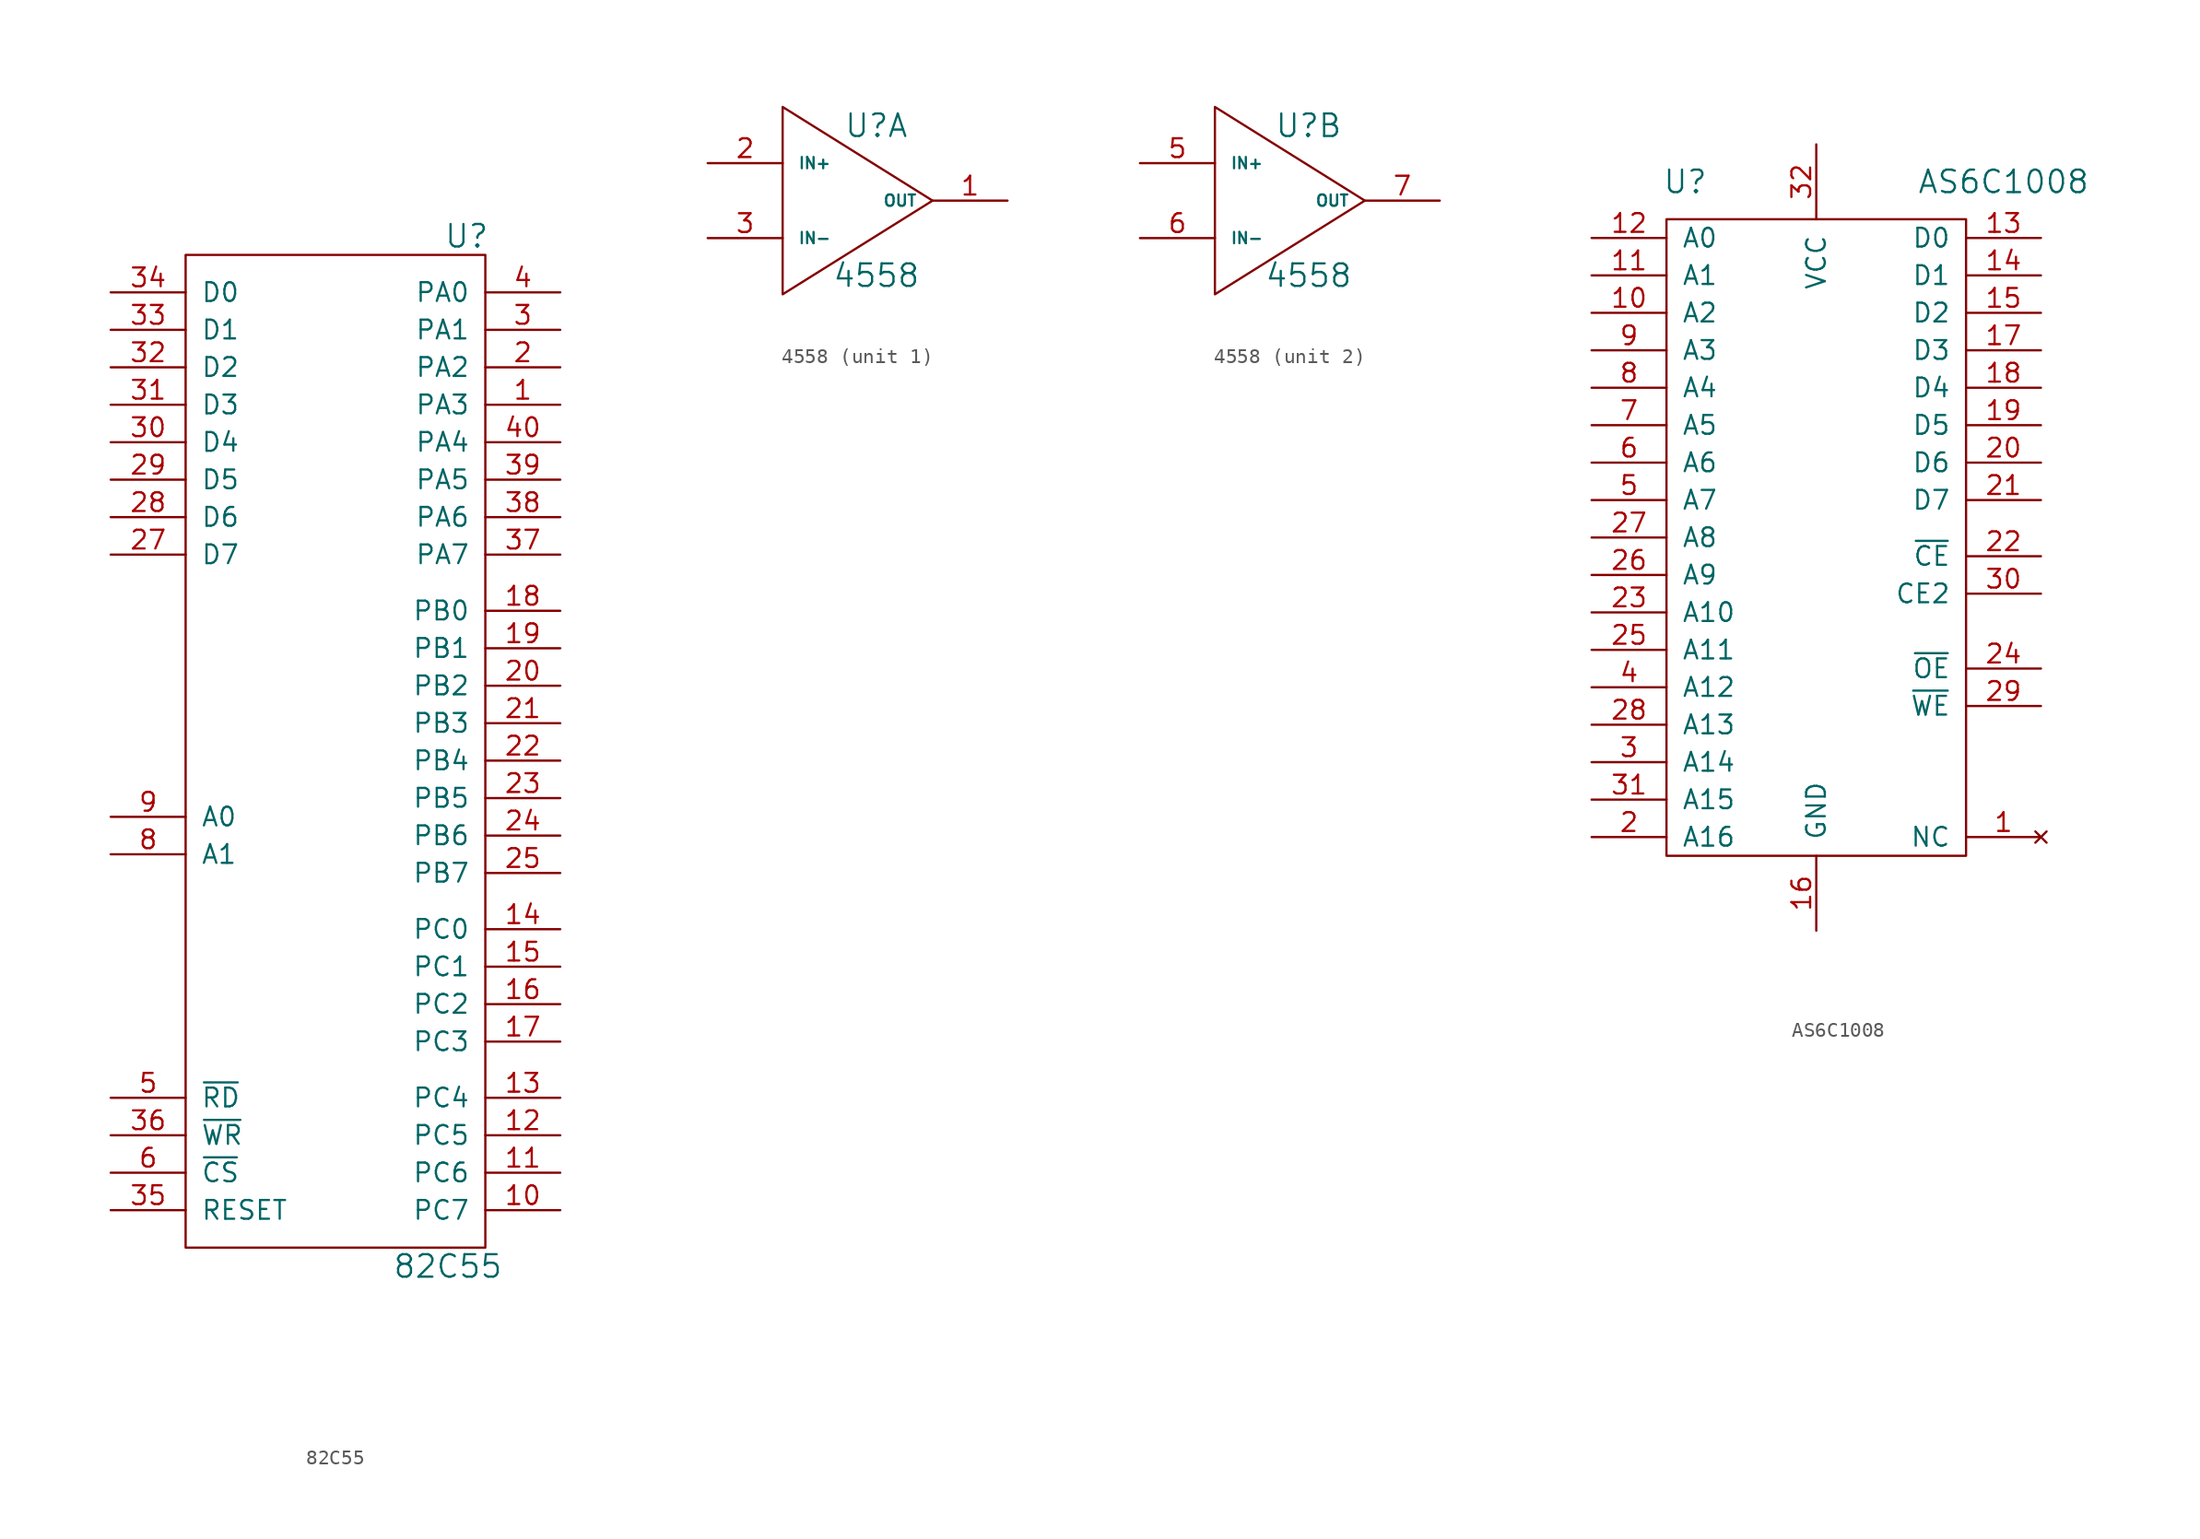
<source format=kicad_sym>
(kicad_symbol_lib
  (version 20211014)
  (generator kicad_symbol_editor)
  (symbol "82C55"
    (pin_names
      (offset 1.016))
    (property "Reference" "U"
      (at 8.89 36.83 0)
      (effects (font (size 1.524 1.524))))
    (property "Value" "82C55"
      (at 7.62 -33.02 0)
      (effects (font (size 1.524 1.524))))
    (symbol "82C55_0_1"
      (rectangle (start -10.16 35.56) (end 10.16 -31.75) (stroke (width 0) (type default) (color 0 0 0 0)) (fill (type none))))
    (symbol "82C55_1_1"
      (pin bidirectional line (at 15.24 25.4 180) (length 5.08) (name "PA3" (effects (font (size 1.27 1.27)))) (number "1" (effects (font (size 1.27 1.27)))))
      (pin bidirectional line (at 15.24 -29.21 180) (length 5.08) (name "PC7" (effects (font (size 1.27 1.27)))) (number "10" (effects (font (size 1.27 1.27)))))
      (pin bidirectional line (at 15.24 -26.67 180) (length 5.08) (name "PC6" (effects (font (size 1.27 1.27)))) (number "11" (effects (font (size 1.27 1.27)))))
      (pin bidirectional line (at 15.24 -24.13 180) (length 5.08) (name "PC5" (effects (font (size 1.27 1.27)))) (number "12" (effects (font (size 1.27 1.27)))))
      (pin bidirectional line (at 15.24 -21.59 180) (length 5.08) (name "PC4" (effects (font (size 1.27 1.27)))) (number "13" (effects (font (size 1.27 1.27)))))
      (pin bidirectional line (at 15.24 -10.16 180) (length 5.08) (name "PC0" (effects (font (size 1.27 1.27)))) (number "14" (effects (font (size 1.27 1.27)))))
      (pin bidirectional line (at 15.24 -12.7 180) (length 5.08) (name "PC1" (effects (font (size 1.27 1.27)))) (number "15" (effects (font (size 1.27 1.27)))))
      (pin bidirectional line (at 15.24 -15.24 180) (length 5.08) (name "PC2" (effects (font (size 1.27 1.27)))) (number "16" (effects (font (size 1.27 1.27)))))
      (pin bidirectional line (at 15.24 -17.78 180) (length 5.08) (name "PC3" (effects (font (size 1.27 1.27)))) (number "17" (effects (font (size 1.27 1.27)))))
      (pin bidirectional line (at 15.24 11.43 180) (length 5.08) (name "PB0" (effects (font (size 1.27 1.27)))) (number "18" (effects (font (size 1.27 1.27)))))
      (pin bidirectional line (at 15.24 8.89 180) (length 5.08) (name "PB1" (effects (font (size 1.27 1.27)))) (number "19" (effects (font (size 1.27 1.27)))))
      (pin bidirectional line (at 15.24 27.94 180) (length 5.08) (name "PA2" (effects (font (size 1.27 1.27)))) (number "2" (effects (font (size 1.27 1.27)))))
      (pin bidirectional line (at 15.24 6.35 180) (length 5.08) (name "PB2" (effects (font (size 1.27 1.27)))) (number "20" (effects (font (size 1.27 1.27)))))
      (pin bidirectional line (at 15.24 3.81 180) (length 5.08) (name "PB3" (effects (font (size 1.27 1.27)))) (number "21" (effects (font (size 1.27 1.27)))))
      (pin bidirectional line (at 15.24 1.27 180) (length 5.08) (name "PB4" (effects (font (size 1.27 1.27)))) (number "22" (effects (font (size 1.27 1.27)))))
      (pin bidirectional line (at 15.24 -1.27 180) (length 5.08) (name "PB5" (effects (font (size 1.27 1.27)))) (number "23" (effects (font (size 1.27 1.27)))))
      (pin bidirectional line (at 15.24 -3.81 180) (length 5.08) (name "PB6" (effects (font (size 1.27 1.27)))) (number "24" (effects (font (size 1.27 1.27)))))
      (pin bidirectional line (at 15.24 -6.35 180) (length 5.08) (name "PB7" (effects (font (size 1.27 1.27)))) (number "25" (effects (font (size 1.27 1.27)))))
      (pin power_in line (at 0 40.64 270) (length 5.08) hide (name "VCC" (effects (font (size 1.27 1.27)))) (number "26" (effects (font (size 1.27 1.27)))))
      (pin input line (at -15.24 15.24 0) (length 5.08) (name "D7" (effects (font (size 1.27 1.27)))) (number "27" (effects (font (size 1.27 1.27)))))
      (pin input line (at -15.24 17.78 0) (length 5.08) (name "D6" (effects (font (size 1.27 1.27)))) (number "28" (effects (font (size 1.27 1.27)))))
      (pin input line (at -15.24 20.32 0) (length 5.08) (name "D5" (effects (font (size 1.27 1.27)))) (number "29" (effects (font (size 1.27 1.27)))))
      (pin bidirectional line (at 15.24 30.48 180) (length 5.08) (name "PA1" (effects (font (size 1.27 1.27)))) (number "3" (effects (font (size 1.27 1.27)))))
      (pin input line (at -15.24 22.86 0) (length 5.08) (name "D4" (effects (font (size 1.27 1.27)))) (number "30" (effects (font (size 1.27 1.27)))))
      (pin input line (at -15.24 25.4 0) (length 5.08) (name "D3" (effects (font (size 1.27 1.27)))) (number "31" (effects (font (size 1.27 1.27)))))
      (pin input line (at -15.24 27.94 0) (length 5.08) (name "D2" (effects (font (size 1.27 1.27)))) (number "32" (effects (font (size 1.27 1.27)))))
      (pin input line (at -15.24 30.48 0) (length 5.08) (name "D1" (effects (font (size 1.27 1.27)))) (number "33" (effects (font (size 1.27 1.27)))))
      (pin input line (at -15.24 33.02 0) (length 5.08) (name "D0" (effects (font (size 1.27 1.27)))) (number "34" (effects (font (size 1.27 1.27)))))
      (pin input line (at -15.24 -29.21 0) (length 5.08) (name "RESET" (effects (font (size 1.27 1.27)))) (number "35" (effects (font (size 1.27 1.27)))))
      (pin input line (at -15.24 -24.13 0) (length 5.08) (name "~{WR}" (effects (font (size 1.27 1.27)))) (number "36" (effects (font (size 1.27 1.27)))))
      (pin bidirectional line (at 15.24 15.24 180) (length 5.08) (name "PA7" (effects (font (size 1.27 1.27)))) (number "37" (effects (font (size 1.27 1.27)))))
      (pin bidirectional line (at 15.24 17.78 180) (length 5.08) (name "PA6" (effects (font (size 1.27 1.27)))) (number "38" (effects (font (size 1.27 1.27)))))
      (pin bidirectional line (at 15.24 20.32 180) (length 5.08) (name "PA5" (effects (font (size 1.27 1.27)))) (number "39" (effects (font (size 1.27 1.27)))))
      (pin bidirectional line (at 15.24 33.02 180) (length 5.08) (name "PA0" (effects (font (size 1.27 1.27)))) (number "4" (effects (font (size 1.27 1.27)))))
      (pin bidirectional line (at 15.24 22.86 180) (length 5.08) (name "PA4" (effects (font (size 1.27 1.27)))) (number "40" (effects (font (size 1.27 1.27)))))
      (pin input line (at -15.24 -21.59 0) (length 5.08) (name "~{RD}" (effects (font (size 1.27 1.27)))) (number "5" (effects (font (size 1.27 1.27)))))
      (pin input line (at -15.24 -26.67 0) (length 5.08) (name "~{CS}" (effects (font (size 1.27 1.27)))) (number "6" (effects (font (size 1.27 1.27)))))
      (pin power_in line (at 0 -36.83 90) (length 5.08) hide (name "GND" (effects (font (size 1.27 1.27)))) (number "7" (effects (font (size 1.27 1.27)))))
      (pin input line (at -15.24 -5.08 0) (length 5.08) (name "A1" (effects (font (size 1.27 1.27)))) (number "8" (effects (font (size 1.27 1.27)))))
      (pin input line (at -15.24 -2.54 0) (length 5.08) (name "A0" (effects (font (size 1.27 1.27)))) (number "9" (effects (font (size 1.27 1.27)))))))
  (symbol "4558"
    (pin_names
      (offset 1.016))
    (property "Reference" "U"
      (at 2.54 5.08 0)
      (effects (font (size 1.524 1.524))))
    (property "Value" "4558"
      (at 2.54 -5.08 0)
      (effects (font (size 1.524 1.524))))
    (symbol "4558_0_1"
      (polyline (pts (xy -3.81 6.35) (xy -3.81 -6.35) (xy 6.35 0) (xy -3.81 6.35)) (stroke (width 0) (type default) (color 0 0 0 0)) (fill (type none)))
      (pin power_in line (at -1.27 -7.62 90) (length 2.54) hide (name "GND" (effects (font (size 0.762 0.762)))) (number "4" (effects (font (size 1.27 1.27)))))
      (pin power_in line (at -1.27 7.62 270) (length 2.54) hide (name "VCC" (effects (font (size 0.762 0.762)))) (number "8" (effects (font (size 1.27 1.27))))))
    (symbol "4558_1_1"
      (pin output line (at 11.43 0 180) (length 5.08) (name "OUT" (effects (font (size 0.762 0.762)))) (number "1" (effects (font (size 1.27 1.27)))))
      (pin input line (at -8.89 2.54 0) (length 5.08) (name "IN+" (effects (font (size 0.762 0.762)))) (number "2" (effects (font (size 1.27 1.27)))))
      (pin input line (at -8.89 -2.54 0) (length 5.08) (name "IN-" (effects (font (size 0.762 0.762)))) (number "3" (effects (font (size 1.27 1.27))))))
    (symbol "4558_2_1"
      (pin input line (at -8.89 2.54 0) (length 5.08) (name "IN+" (effects (font (size 0.762 0.762)))) (number "5" (effects (font (size 1.27 1.27)))))
      (pin input line (at -8.89 -2.54 0) (length 5.08) (name "IN-" (effects (font (size 0.762 0.762)))) (number "6" (effects (font (size 1.27 1.27)))))
      (pin output line (at 11.43 0 180) (length 5.08) (name "OUT" (effects (font (size 0.762 0.762)))) (number "7" (effects (font (size 1.27 1.27)))))))
  (symbol "AS6C1008"
    (pin_names
      (offset 1.016))
    (property "Reference" "U"
      (at -8.89 22.86 0)
      (effects (font (size 1.524 1.524))))
    (property "Value" "AS6C1008"
      (at 12.7 22.86 0)
      (effects (font (size 1.524 1.524))))
    (symbol "AS6C1008_0_1"
      (rectangle (start -10.16 20.32) (end 10.16 -22.86) (stroke (width 0) (type default) (color 0 0 0 0)) (fill (type none))))
    (symbol "AS6C1008_1_1"
      (pin no_connect line (at 15.24 -21.59 180) (length 5.08) (name "NC" (effects (font (size 1.27 1.27)))) (number "1" (effects (font (size 1.27 1.27)))))
      (pin input line (at -15.24 13.97 0) (length 5.08) (name "A2" (effects (font (size 1.27 1.27)))) (number "10" (effects (font (size 1.27 1.27)))))
      (pin input line (at -15.24 16.51 0) (length 5.08) (name "A1" (effects (font (size 1.27 1.27)))) (number "11" (effects (font (size 1.27 1.27)))))
      (pin input line (at -15.24 19.05 0) (length 5.08) (name "A0" (effects (font (size 1.27 1.27)))) (number "12" (effects (font (size 1.27 1.27)))))
      (pin bidirectional line (at 15.24 19.05 180) (length 5.08) (name "D0" (effects (font (size 1.27 1.27)))) (number "13" (effects (font (size 1.27 1.27)))))
      (pin bidirectional line (at 15.24 16.51 180) (length 5.08) (name "D1" (effects (font (size 1.27 1.27)))) (number "14" (effects (font (size 1.27 1.27)))))
      (pin bidirectional line (at 15.24 13.97 180) (length 5.08) (name "D2" (effects (font (size 1.27 1.27)))) (number "15" (effects (font (size 1.27 1.27)))))
      (pin power_in line (at 0 -27.94 90) (length 5.08) (name "GND" (effects (font (size 1.27 1.27)))) (number "16" (effects (font (size 1.27 1.27)))))
      (pin bidirectional line (at 15.24 11.43 180) (length 5.08) (name "D3" (effects (font (size 1.27 1.27)))) (number "17" (effects (font (size 1.27 1.27)))))
      (pin bidirectional line (at 15.24 8.89 180) (length 5.08) (name "D4" (effects (font (size 1.27 1.27)))) (number "18" (effects (font (size 1.27 1.27)))))
      (pin bidirectional line (at 15.24 6.35 180) (length 5.08) (name "D5" (effects (font (size 1.27 1.27)))) (number "19" (effects (font (size 1.27 1.27)))))
      (pin input line (at -15.24 -21.59 0) (length 5.08) (name "A16" (effects (font (size 1.27 1.27)))) (number "2" (effects (font (size 1.27 1.27)))))
      (pin bidirectional line (at 15.24 3.81 180) (length 5.08) (name "D6" (effects (font (size 1.27 1.27)))) (number "20" (effects (font (size 1.27 1.27)))))
      (pin bidirectional line (at 15.24 1.27 180) (length 5.08) (name "D7" (effects (font (size 1.27 1.27)))) (number "21" (effects (font (size 1.27 1.27)))))
      (pin input line (at 15.24 -2.54 180) (length 5.08) (name "~{CE}" (effects (font (size 1.27 1.27)))) (number "22" (effects (font (size 1.27 1.27)))))
      (pin input line (at -15.24 -6.35 0) (length 5.08) (name "A10" (effects (font (size 1.27 1.27)))) (number "23" (effects (font (size 1.27 1.27)))))
      (pin input line (at 15.24 -10.16 180) (length 5.08) (name "~{OE}" (effects (font (size 1.27 1.27)))) (number "24" (effects (font (size 1.27 1.27)))))
      (pin input line (at -15.24 -8.89 0) (length 5.08) (name "A11" (effects (font (size 1.27 1.27)))) (number "25" (effects (font (size 1.27 1.27)))))
      (pin input line (at -15.24 -3.81 0) (length 5.08) (name "A9" (effects (font (size 1.27 1.27)))) (number "26" (effects (font (size 1.27 1.27)))))
      (pin input line (at -15.24 -1.27 0) (length 5.08) (name "A8" (effects (font (size 1.27 1.27)))) (number "27" (effects (font (size 1.27 1.27)))))
      (pin input line (at -15.24 -13.97 0) (length 5.08) (name "A13" (effects (font (size 1.27 1.27)))) (number "28" (effects (font (size 1.27 1.27)))))
      (pin input line (at 15.24 -12.7 180) (length 5.08) (name "~{WE}" (effects (font (size 1.27 1.27)))) (number "29" (effects (font (size 1.27 1.27)))))
      (pin input line (at -15.24 -16.51 0) (length 5.08) (name "A14" (effects (font (size 1.27 1.27)))) (number "3" (effects (font (size 1.27 1.27)))))
      (pin input line (at 15.24 -5.08 180) (length 5.08) (name "CE2" (effects (font (size 1.27 1.27)))) (number "30" (effects (font (size 1.27 1.27)))))
      (pin input line (at -15.24 -19.05 0) (length 5.08) (name "A15" (effects (font (size 1.27 1.27)))) (number "31" (effects (font (size 1.27 1.27)))))
      (pin power_in line (at 0 25.4 270) (length 5.08) (name "VCC" (effects (font (size 1.27 1.27)))) (number "32" (effects (font (size 1.27 1.27)))))
      (pin input line (at -15.24 -11.43 0) (length 5.08) (name "A12" (effects (font (size 1.27 1.27)))) (number "4" (effects (font (size 1.27 1.27)))))
      (pin input line (at -15.24 1.27 0) (length 5.08) (name "A7" (effects (font (size 1.27 1.27)))) (number "5" (effects (font (size 1.27 1.27)))))
      (pin input line (at -15.24 3.81 0) (length 5.08) (name "A6" (effects (font (size 1.27 1.27)))) (number "6" (effects (font (size 1.27 1.27)))))
      (pin input line (at -15.24 6.35 0) (length 5.08) (name "A5" (effects (font (size 1.27 1.27)))) (number "7" (effects (font (size 1.27 1.27)))))
      (pin input line (at -15.24 8.89 0) (length 5.08) (name "A4" (effects (font (size 1.27 1.27)))) (number "8" (effects (font (size 1.27 1.27)))))
      (pin input line (at -15.24 11.43 0) (length 5.08) (name "A3" (effects (font (size 1.27 1.27)))) (number "9" (effects (font (size 1.27 1.27))))))))
</source>
